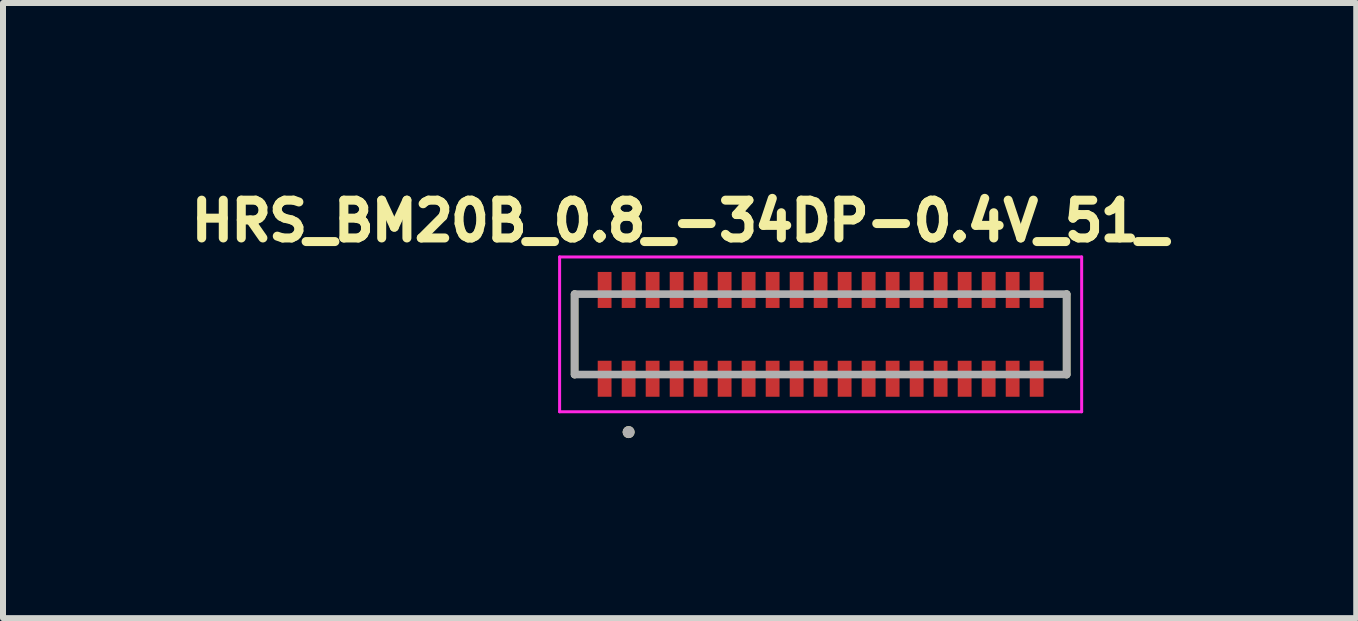
<source format=kicad_pcb>
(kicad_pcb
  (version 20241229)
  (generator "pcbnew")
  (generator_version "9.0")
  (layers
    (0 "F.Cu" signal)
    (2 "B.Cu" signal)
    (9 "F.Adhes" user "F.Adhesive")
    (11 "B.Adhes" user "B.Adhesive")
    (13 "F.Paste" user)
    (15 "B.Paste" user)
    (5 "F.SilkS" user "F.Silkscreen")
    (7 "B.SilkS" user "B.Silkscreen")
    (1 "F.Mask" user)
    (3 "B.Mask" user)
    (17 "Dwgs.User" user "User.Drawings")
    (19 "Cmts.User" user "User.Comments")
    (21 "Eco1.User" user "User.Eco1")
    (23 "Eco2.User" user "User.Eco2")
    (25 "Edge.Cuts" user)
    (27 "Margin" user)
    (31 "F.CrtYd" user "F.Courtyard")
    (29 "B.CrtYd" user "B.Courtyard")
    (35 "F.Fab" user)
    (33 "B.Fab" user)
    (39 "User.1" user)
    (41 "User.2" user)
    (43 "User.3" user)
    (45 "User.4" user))
  (footprint "HRS_BM20B_0.8_-34DP-0.4V_51_"
    (layer "F.Cu")
    (at 10.626 2.522)
    (property "Reference" "HRS_BM20B_0.8_-34DP-0.4V_51_" (at -2.35 -1.89 0) (layer "F.SilkS") (effects (font (size 0.63 0.63) (thickness 0.15))))
    (attr smd)
    (fp_poly (pts (xy -3.765 -1.09) (xy -3.435 -1.09) (xy -3.435 -0.39) (xy -3.765 -0.39)) (stroke (width 0.01) (type solid)) (fill yes) (layer "F.Mask"))
    (fp_poly (pts (xy -3.435 1.09) (xy -3.765 1.09) (xy -3.765 0.39) (xy -3.435 0.39)) (stroke (width 0.01) (type solid)) (fill yes) (layer "F.Mask"))
    (fp_poly (pts (xy -3.365 -1.09) (xy -3.035 -1.09) (xy -3.035 -0.39) (xy -3.365 -0.39)) (stroke (width 0.01) (type solid)) (fill yes) (layer "F.Mask"))
    (fp_poly (pts (xy -3.035 1.09) (xy -3.365 1.09) (xy -3.365 0.39) (xy -3.035 0.39)) (stroke (width 0.01) (type solid)) (fill yes) (layer "F.Mask"))
    (fp_poly (pts (xy -2.965 -1.09) (xy -2.635 -1.09) (xy -2.635 -0.39) (xy -2.965 -0.39)) (stroke (width 0.01) (type solid)) (fill yes) (layer "F.Mask"))
    (fp_poly (pts (xy -2.635 1.09) (xy -2.965 1.09) (xy -2.965 0.39) (xy -2.635 0.39)) (stroke (width 0.01) (type solid)) (fill yes) (layer "F.Mask"))
    (fp_poly (pts (xy -2.565 -1.09) (xy -2.235 -1.09) (xy -2.235 -0.39) (xy -2.565 -0.39)) (stroke (width 0.01) (type solid)) (fill yes) (layer "F.Mask"))
    (fp_poly (pts (xy -2.235 1.09) (xy -2.565 1.09) (xy -2.565 0.39) (xy -2.235 0.39)) (stroke (width 0.01) (type solid)) (fill yes) (layer "F.Mask"))
    (fp_poly (pts (xy -2.165 -1.09) (xy -1.835 -1.09) (xy -1.835 -0.39) (xy -2.165 -0.39)) (stroke (width 0.01) (type solid)) (fill yes) (layer "F.Mask"))
    (fp_poly (pts (xy -1.835 1.09) (xy -2.165 1.09) (xy -2.165 0.39) (xy -1.835 0.39)) (stroke (width 0.01) (type solid)) (fill yes) (layer "F.Mask"))
    (fp_poly (pts (xy -1.765 -1.09) (xy -1.435 -1.09) (xy -1.435 -0.39) (xy -1.765 -0.39)) (stroke (width 0.01) (type solid)) (fill yes) (layer "F.Mask"))
    (fp_poly (pts (xy -1.435 1.09) (xy -1.765 1.09) (xy -1.765 0.39) (xy -1.435 0.39)) (stroke (width 0.01) (type solid)) (fill yes) (layer "F.Mask"))
    (fp_poly (pts (xy -1.365 -1.09) (xy -1.035 -1.09) (xy -1.035 -0.39) (xy -1.365 -0.39)) (stroke (width 0.01) (type solid)) (fill yes) (layer "F.Mask"))
    (fp_poly (pts (xy -1.035 1.09) (xy -1.365 1.09) (xy -1.365 0.39) (xy -1.035 0.39)) (stroke (width 0.01) (type solid)) (fill yes) (layer "F.Mask"))
    (fp_poly (pts (xy -0.965 -1.09) (xy -0.635 -1.09) (xy -0.635 -0.39) (xy -0.965 -0.39)) (stroke (width 0.01) (type solid)) (fill yes) (layer "F.Mask"))
    (fp_poly (pts (xy -0.635 1.09) (xy -0.965 1.09) (xy -0.965 0.39) (xy -0.635 0.39)) (stroke (width 0.01) (type solid)) (fill yes) (layer "F.Mask"))
    (fp_poly (pts (xy -0.565 -1.09) (xy -0.235 -1.09) (xy -0.235 -0.39) (xy -0.565 -0.39)) (stroke (width 0.01) (type solid)) (fill yes) (layer "F.Mask"))
    (fp_poly (pts (xy -0.235 1.09) (xy -0.565 1.09) (xy -0.565 0.39) (xy -0.235 0.39)) (stroke (width 0.01) (type solid)) (fill yes) (layer "F.Mask"))
    (fp_poly (pts (xy -0.165 -1.09) (xy 0.165 -1.09) (xy 0.165 -0.39) (xy -0.165 -0.39)) (stroke (width 0.01) (type solid)) (fill yes) (layer "F.Mask"))
    (fp_poly (pts (xy 0.165 1.09) (xy -0.165 1.09) (xy -0.165 0.39) (xy 0.165 0.39)) (stroke (width 0.01) (type solid)) (fill yes) (layer "F.Mask"))
    (fp_poly (pts (xy 0.235 -1.09) (xy 0.565 -1.09) (xy 0.565 -0.39) (xy 0.235 -0.39)) (stroke (width 0.01) (type solid)) (fill yes) (layer "F.Mask"))
    (fp_poly (pts (xy 0.565 1.09) (xy 0.235 1.09) (xy 0.235 0.39) (xy 0.565 0.39)) (stroke (width 0.01) (type solid)) (fill yes) (layer "F.Mask"))
    (fp_poly (pts (xy 0.635 -1.09) (xy 0.965 -1.09) (xy 0.965 -0.39) (xy 0.635 -0.39)) (stroke (width 0.01) (type solid)) (fill yes) (layer "F.Mask"))
    (fp_poly (pts (xy 0.965 1.09) (xy 0.635 1.09) (xy 0.635 0.39) (xy 0.965 0.39)) (stroke (width 0.01) (type solid)) (fill yes) (layer "F.Mask"))
    (fp_poly (pts (xy 1.035 -1.09) (xy 1.365 -1.09) (xy 1.365 -0.39) (xy 1.035 -0.39)) (stroke (width 0.01) (type solid)) (fill yes) (layer "F.Mask"))
    (fp_poly (pts (xy 1.365 1.09) (xy 1.035 1.09) (xy 1.035 0.39) (xy 1.365 0.39)) (stroke (width 0.01) (type solid)) (fill yes) (layer "F.Mask"))
    (fp_poly (pts (xy 1.435 -1.09) (xy 1.765 -1.09) (xy 1.765 -0.39) (xy 1.435 -0.39)) (stroke (width 0.01) (type solid)) (fill yes) (layer "F.Mask"))
    (fp_poly (pts (xy 1.765 1.09) (xy 1.435 1.09) (xy 1.435 0.39) (xy 1.765 0.39)) (stroke (width 0.01) (type solid)) (fill yes) (layer "F.Mask"))
    (fp_poly (pts (xy 1.835 -1.09) (xy 2.165 -1.09) (xy 2.165 -0.39) (xy 1.835 -0.39)) (stroke (width 0.01) (type solid)) (fill yes) (layer "F.Mask"))
    (fp_poly (pts (xy 2.165 1.09) (xy 1.835 1.09) (xy 1.835 0.39) (xy 2.165 0.39)) (stroke (width 0.01) (type solid)) (fill yes) (layer "F.Mask"))
    (fp_poly (pts (xy 2.235 -1.09) (xy 2.565 -1.09) (xy 2.565 -0.39) (xy 2.235 -0.39)) (stroke (width 0.01) (type solid)) (fill yes) (layer "F.Mask"))
    (fp_poly (pts (xy 2.565 1.09) (xy 2.235 1.09) (xy 2.235 0.39) (xy 2.565 0.39)) (stroke (width 0.01) (type solid)) (fill yes) (layer "F.Mask"))
    (fp_poly (pts (xy 2.635 -1.09) (xy 2.965 -1.09) (xy 2.965 -0.39) (xy 2.635 -0.39)) (stroke (width 0.01) (type solid)) (fill yes) (layer "F.Mask"))
    (fp_poly (pts (xy 2.965 1.09) (xy 2.635 1.09) (xy 2.635 0.39) (xy 2.965 0.39)) (stroke (width 0.01) (type solid)) (fill yes) (layer "F.Mask"))
    (fp_poly (pts (xy 3.035 -1.09) (xy 3.365 -1.09) (xy 3.365 -0.39) (xy 3.035 -0.39)) (stroke (width 0.01) (type solid)) (fill yes) (layer "F.Mask"))
    (fp_poly (pts (xy 3.365 1.09) (xy 3.035 1.09) (xy 3.035 0.39) (xy 3.365 0.39)) (stroke (width 0.01) (type solid)) (fill yes) (layer "F.Mask"))
    (fp_poly (pts (xy 3.435 -1.09) (xy 3.765 -1.09) (xy 3.765 -0.39) (xy 3.435 -0.39)) (stroke (width 0.01) (type solid)) (fill yes) (layer "F.Mask"))
    (fp_poly (pts (xy 3.765 1.09) (xy 3.435 1.09) (xy 3.435 0.39) (xy 3.765 0.39)) (stroke (width 0.01) (type solid)) (fill yes) (layer "F.Mask"))
    (fp_line (start -4.1 0.67) (end -4.1 -0.67) (stroke (width 0.127) (type solid)) (layer "F.SilkS"))
    (fp_line (start 4.1 -0.67) (end 4.1 0.67) (stroke (width 0.127) (type solid)) (layer "F.SilkS"))
    (fp_circle (center -3.2 1.629) (end -3.15 1.629) (stroke (width 0.1) (type solid)) (fill no) (layer "F.SilkS"))
    (fp_poly (pts (xy -3.715 -1.04) (xy -3.485 -1.04) (xy -3.485 -0.56) (xy -3.715 -0.56)) (stroke (width 0.01) (type solid)) (fill yes) (layer "F.Paste"))
    (fp_poly (pts (xy -3.715 0.56) (xy -3.485 0.56) (xy -3.485 1.04) (xy -3.715 1.04)) (stroke (width 0.01) (type solid)) (fill yes) (layer "F.Paste"))
    (fp_poly (pts (xy -3.315 -1.04) (xy -3.085 -1.04) (xy -3.085 -0.56) (xy -3.315 -0.56)) (stroke (width 0.01) (type solid)) (fill yes) (layer "F.Paste"))
    (fp_poly (pts (xy -3.315 0.56) (xy -3.085 0.56) (xy -3.085 1.04) (xy -3.315 1.04)) (stroke (width 0.01) (type solid)) (fill yes) (layer "F.Paste"))
    (fp_poly (pts (xy -2.915 -1.04) (xy -2.685 -1.04) (xy -2.685 -0.56) (xy -2.915 -0.56)) (stroke (width 0.01) (type solid)) (fill yes) (layer "F.Paste"))
    (fp_poly (pts (xy -2.915 0.56) (xy -2.685 0.56) (xy -2.685 1.04) (xy -2.915 1.04)) (stroke (width 0.01) (type solid)) (fill yes) (layer "F.Paste"))
    (fp_poly (pts (xy -2.515 -1.04) (xy -2.285 -1.04) (xy -2.285 -0.56) (xy -2.515 -0.56)) (stroke (width 0.01) (type solid)) (fill yes) (layer "F.Paste"))
    (fp_poly (pts (xy -2.515 0.56) (xy -2.285 0.56) (xy -2.285 1.04) (xy -2.515 1.04)) (stroke (width 0.01) (type solid)) (fill yes) (layer "F.Paste"))
    (fp_poly (pts (xy -2.115 -1.04) (xy -1.885 -1.04) (xy -1.885 -0.56) (xy -2.115 -0.56)) (stroke (width 0.01) (type solid)) (fill yes) (layer "F.Paste"))
    (fp_poly (pts (xy -2.115 0.56) (xy -1.885 0.56) (xy -1.885 1.04) (xy -2.115 1.04)) (stroke (width 0.01) (type solid)) (fill yes) (layer "F.Paste"))
    (fp_poly (pts (xy -1.715 -1.04) (xy -1.485 -1.04) (xy -1.485 -0.56) (xy -1.715 -0.56)) (stroke (width 0.01) (type solid)) (fill yes) (layer "F.Paste"))
    (fp_poly (pts (xy -1.715 0.56) (xy -1.485 0.56) (xy -1.485 1.04) (xy -1.715 1.04)) (stroke (width 0.01) (type solid)) (fill yes) (layer "F.Paste"))
    (fp_poly (pts (xy -1.315 -1.04) (xy -1.085 -1.04) (xy -1.085 -0.56) (xy -1.315 -0.56)) (stroke (width 0.01) (type solid)) (fill yes) (layer "F.Paste"))
    (fp_poly (pts (xy -1.315 0.56) (xy -1.085 0.56) (xy -1.085 1.04) (xy -1.315 1.04)) (stroke (width 0.01) (type solid)) (fill yes) (layer "F.Paste"))
    (fp_poly (pts (xy -0.915 -1.04) (xy -0.685 -1.04) (xy -0.685 -0.56) (xy -0.915 -0.56)) (stroke (width 0.01) (type solid)) (fill yes) (layer "F.Paste"))
    (fp_poly (pts (xy -0.915 0.56) (xy -0.685 0.56) (xy -0.685 1.04) (xy -0.915 1.04)) (stroke (width 0.01) (type solid)) (fill yes) (layer "F.Paste"))
    (fp_poly (pts (xy -0.515 -1.04) (xy -0.285 -1.04) (xy -0.285 -0.56) (xy -0.515 -0.56)) (stroke (width 0.01) (type solid)) (fill yes) (layer "F.Paste"))
    (fp_poly (pts (xy -0.515 0.56) (xy -0.285 0.56) (xy -0.285 1.04) (xy -0.515 1.04)) (stroke (width 0.01) (type solid)) (fill yes) (layer "F.Paste"))
    (fp_poly (pts (xy -0.115 -1.04) (xy 0.115 -1.04) (xy 0.115 -0.56) (xy -0.115 -0.56)) (stroke (width 0.01) (type solid)) (fill yes) (layer "F.Paste"))
    (fp_poly (pts (xy -0.115 0.56) (xy 0.115 0.56) (xy 0.115 1.04) (xy -0.115 1.04)) (stroke (width 0.01) (type solid)) (fill yes) (layer "F.Paste"))
    (fp_poly (pts (xy 0.285 -1.04) (xy 0.515 -1.04) (xy 0.515 -0.56) (xy 0.285 -0.56)) (stroke (width 0.01) (type solid)) (fill yes) (layer "F.Paste"))
    (fp_poly (pts (xy 0.285 0.56) (xy 0.515 0.56) (xy 0.515 1.04) (xy 0.285 1.04)) (stroke (width 0.01) (type solid)) (fill yes) (layer "F.Paste"))
    (fp_poly (pts (xy 0.685 -1.04) (xy 0.915 -1.04) (xy 0.915 -0.56) (xy 0.685 -0.56)) (stroke (width 0.01) (type solid)) (fill yes) (layer "F.Paste"))
    (fp_poly (pts (xy 0.685 0.56) (xy 0.915 0.56) (xy 0.915 1.04) (xy 0.685 1.04)) (stroke (width 0.01) (type solid)) (fill yes) (layer "F.Paste"))
    (fp_poly (pts (xy 1.085 -1.04) (xy 1.315 -1.04) (xy 1.315 -0.56) (xy 1.085 -0.56)) (stroke (width 0.01) (type solid)) (fill yes) (layer "F.Paste"))
    (fp_poly (pts (xy 1.085 0.56) (xy 1.315 0.56) (xy 1.315 1.04) (xy 1.085 1.04)) (stroke (width 0.01) (type solid)) (fill yes) (layer "F.Paste"))
    (fp_poly (pts (xy 1.485 -1.04) (xy 1.715 -1.04) (xy 1.715 -0.56) (xy 1.485 -0.56)) (stroke (width 0.01) (type solid)) (fill yes) (layer "F.Paste"))
    (fp_poly (pts (xy 1.485 0.56) (xy 1.715 0.56) (xy 1.715 1.04) (xy 1.485 1.04)) (stroke (width 0.01) (type solid)) (fill yes) (layer "F.Paste"))
    (fp_poly (pts (xy 1.885 -1.04) (xy 2.115 -1.04) (xy 2.115 -0.56) (xy 1.885 -0.56)) (stroke (width 0.01) (type solid)) (fill yes) (layer "F.Paste"))
    (fp_poly (pts (xy 1.885 0.56) (xy 2.115 0.56) (xy 2.115 1.04) (xy 1.885 1.04)) (stroke (width 0.01) (type solid)) (fill yes) (layer "F.Paste"))
    (fp_poly (pts (xy 2.285 -1.04) (xy 2.515 -1.04) (xy 2.515 -0.56) (xy 2.285 -0.56)) (stroke (width 0.01) (type solid)) (fill yes) (layer "F.Paste"))
    (fp_poly (pts (xy 2.285 0.56) (xy 2.515 0.56) (xy 2.515 1.04) (xy 2.285 1.04)) (stroke (width 0.01) (type solid)) (fill yes) (layer "F.Paste"))
    (fp_poly (pts (xy 2.685 -1.04) (xy 2.915 -1.04) (xy 2.915 -0.56) (xy 2.685 -0.56)) (stroke (width 0.01) (type solid)) (fill yes) (layer "F.Paste"))
    (fp_poly (pts (xy 2.685 0.56) (xy 2.915 0.56) (xy 2.915 1.04) (xy 2.685 1.04)) (stroke (width 0.01) (type solid)) (fill yes) (layer "F.Paste"))
    (fp_poly (pts (xy 3.085 -1.04) (xy 3.315 -1.04) (xy 3.315 -0.56) (xy 3.085 -0.56)) (stroke (width 0.01) (type solid)) (fill yes) (layer "F.Paste"))
    (fp_poly (pts (xy 3.085 0.56) (xy 3.315 0.56) (xy 3.315 1.04) (xy 3.085 1.04)) (stroke (width 0.01) (type solid)) (fill yes) (layer "F.Paste"))
    (fp_poly (pts (xy 3.485 -1.04) (xy 3.715 -1.04) (xy 3.715 -0.56) (xy 3.485 -0.56)) (stroke (width 0.01) (type solid)) (fill yes) (layer "F.Paste"))
    (fp_poly (pts (xy 3.485 0.56) (xy 3.715 0.56) (xy 3.715 1.04) (xy 3.485 1.04)) (stroke (width 0.01) (type solid)) (fill yes) (layer "F.Paste"))
    (fp_line (start -4.35 -1.29) (end 4.35 -1.29) (stroke (width 0.05) (type solid)) (layer "F.CrtYd"))
    (fp_line (start -4.35 1.29) (end -4.35 -1.29) (stroke (width 0.05) (type solid)) (layer "F.CrtYd"))
    (fp_line (start 4.35 -1.29) (end 4.35 1.29) (stroke (width 0.05) (type solid)) (layer "F.CrtYd"))
    (fp_line (start 4.35 1.29) (end -4.35 1.29) (stroke (width 0.05) (type solid)) (layer "F.CrtYd"))
    (fp_line (start -4.1 -0.67) (end 4.1 -0.67) (stroke (width 0.127) (type solid)) (layer "F.Fab"))
    (fp_line (start -4.1 0.67) (end -4.1 -0.67) (stroke (width 0.127) (type solid)) (layer "F.Fab"))
    (fp_line (start 4.1 -0.67) (end 4.1 0.67) (stroke (width 0.127) (type solid)) (layer "F.Fab"))
    (fp_line (start 4.1 0.67) (end -4.1 0.67) (stroke (width 0.127) (type solid)) (layer "F.Fab"))
    (fp_circle (center -3.2 1.629) (end -3.15 1.629) (stroke (width 0.1) (type solid)) (fill no) (layer "F.Fab"))
    (pad "01" smd rect (at -3.2 0.74) (size 0.23 0.6) (layers "F.Cu"))
    (pad "02" smd rect (at -3.2 -0.74) (size 0.23 0.6) (layers "F.Cu"))
    (pad "03" smd rect (at -2.8 0.74) (size 0.23 0.6) (layers "F.Cu"))
    (pad "04" smd rect (at -2.8 -0.74) (size 0.23 0.6) (layers "F.Cu"))
    (pad "05" smd rect (at -2.4 0.74) (size 0.23 0.6) (layers "F.Cu"))
    (pad "06" smd rect (at -2.4 -0.74) (size 0.23 0.6) (layers "F.Cu"))
    (pad "07" smd rect (at -2 0.74) (size 0.23 0.6) (layers "F.Cu"))
    (pad "08" smd rect (at -2 -0.74) (size 0.23 0.6) (layers "F.Cu"))
    (pad "09" smd rect (at -1.6 0.74) (size 0.23 0.6) (layers "F.Cu"))
    (pad "10" smd rect (at -1.6 -0.74) (size 0.23 0.6) (layers "F.Cu"))
    (pad "11" smd rect (at -1.2 0.74) (size 0.23 0.6) (layers "F.Cu"))
    (pad "12" smd rect (at -1.2 -0.74) (size 0.23 0.6) (layers "F.Cu"))
    (pad "13" smd rect (at -0.8 0.74) (size 0.23 0.6) (layers "F.Cu"))
    (pad "14" smd rect (at -0.8 -0.74) (size 0.23 0.6) (layers "F.Cu"))
    (pad "15" smd rect (at -0.4 0.74) (size 0.23 0.6) (layers "F.Cu"))
    (pad "16" smd rect (at -0.4 -0.74) (size 0.23 0.6) (layers "F.Cu"))
    (pad "17" smd rect (at 0 0.74) (size 0.23 0.6) (layers "F.Cu"))
    (pad "18" smd rect (at 0 -0.74) (size 0.23 0.6) (layers "F.Cu"))
    (pad "19" smd rect (at 0.4 0.74) (size 0.23 0.6) (layers "F.Cu"))
    (pad "20" smd rect (at 0.4 -0.74) (size 0.23 0.6) (layers "F.Cu"))
    (pad "21" smd rect (at 0.8 0.74) (size 0.23 0.6) (layers "F.Cu"))
    (pad "22" smd rect (at 0.8 -0.74) (size 0.23 0.6) (layers "F.Cu"))
    (pad "23" smd rect (at 1.2 0.74) (size 0.23 0.6) (layers "F.Cu"))
    (pad "24" smd rect (at 1.2 -0.74) (size 0.23 0.6) (layers "F.Cu"))
    (pad "25" smd rect (at 1.6 0.74) (size 0.23 0.6) (layers "F.Cu"))
    (pad "26" smd rect (at 1.6 -0.74) (size 0.23 0.6) (layers "F.Cu"))
    (pad "27" smd rect (at 2 0.74) (size 0.23 0.6) (layers "F.Cu"))
    (pad "28" smd rect (at 2 -0.74) (size 0.23 0.6) (layers "F.Cu"))
    (pad "29" smd rect (at 2.4 0.74) (size 0.23 0.6) (layers "F.Cu"))
    (pad "30" smd rect (at 2.4 -0.74) (size 0.23 0.6) (layers "F.Cu"))
    (pad "31" smd rect (at 2.8 0.74) (size 0.23 0.6) (layers "F.Cu"))
    (pad "32" smd rect (at 2.8 -0.74) (size 0.23 0.6) (layers "F.Cu"))
    (pad "33" smd rect (at 3.2 0.74) (size 0.23 0.6) (layers "F.Cu"))
    (pad "34" smd rect (at 3.2 -0.74) (size 0.23 0.6) (layers "F.Cu"))
    (pad "P1" smd rect (at -3.6 0.74) (size 0.23 0.6) (layers "F.Cu"))
    (pad "P2" smd rect (at -3.6 -0.74) (size 0.23 0.6) (layers "F.Cu"))
    (pad "P3" smd rect (at 3.6 0.74) (size 0.23 0.6) (layers "F.Cu"))
    (pad "P4" smd rect (at 3.6 -0.74) (size 0.23 0.6) (layers "F.Cu")))
  (gr_rect
    (start -3 -3)
    (end 19.552 7.251)
    (stroke (width 0.1) (type default))
    (fill no)
    (layer "Edge.Cuts")))
</source>
